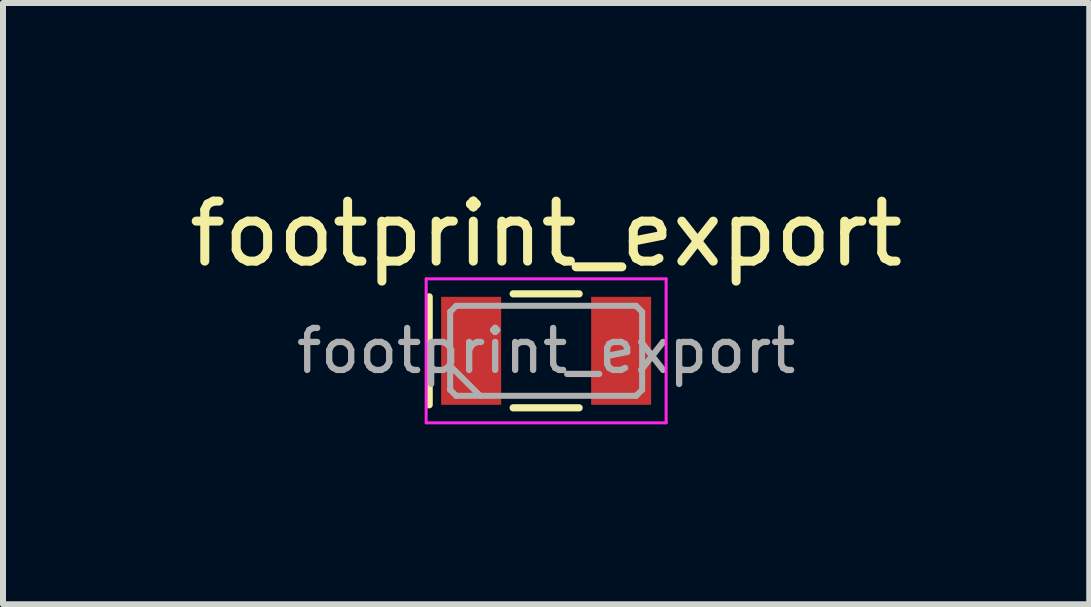
<source format=kicad_pcb>
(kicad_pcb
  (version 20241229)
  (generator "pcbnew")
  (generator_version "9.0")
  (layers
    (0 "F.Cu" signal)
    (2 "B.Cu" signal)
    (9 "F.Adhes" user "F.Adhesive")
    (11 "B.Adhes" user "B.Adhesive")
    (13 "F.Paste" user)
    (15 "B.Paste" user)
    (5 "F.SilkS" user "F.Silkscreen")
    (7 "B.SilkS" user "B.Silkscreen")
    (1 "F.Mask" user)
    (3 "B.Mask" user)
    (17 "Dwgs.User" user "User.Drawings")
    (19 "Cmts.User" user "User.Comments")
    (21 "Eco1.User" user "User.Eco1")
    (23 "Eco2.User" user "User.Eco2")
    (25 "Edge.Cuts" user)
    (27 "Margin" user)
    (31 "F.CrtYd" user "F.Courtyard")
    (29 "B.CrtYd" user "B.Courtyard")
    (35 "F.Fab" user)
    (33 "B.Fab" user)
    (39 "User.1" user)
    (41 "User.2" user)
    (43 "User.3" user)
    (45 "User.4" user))
  (footprint "footprint_export"
    (layer "F.Cu")
    (at 6.054 2.798)
    (property "Reference" "footprint_export" (at 0 -1.95 0) (layer "F.SilkS") (effects (font (size 1 1) (thickness 0.15))))
    (attr smd)
    (fp_line (start -1.95 -0.9) (end -1.95 0.9) (stroke (width 0.12) (type solid)) (layer "F.SilkS"))
    (fp_line (start -0.55 -0.95) (end 0.55 -0.95) (stroke (width 0.12) (type solid)) (layer "F.SilkS"))
    (fp_line (start -0.55 0.95) (end 0.55 0.95) (stroke (width 0.12) (type solid)) (layer "F.SilkS"))
    (fp_line (start -2 -1.2) (end -2 1.2) (stroke (width 0.05) (type solid)) (layer "F.CrtYd"))
    (fp_line (start -2 1.2) (end 2 1.2) (stroke (width 0.05) (type solid)) (layer "F.CrtYd"))
    (fp_line (start 2 -1.2) (end -2 -1.2) (stroke (width 0.05) (type solid)) (layer "F.CrtYd"))
    (fp_line (start 2 1.2) (end 2 -1.2) (stroke (width 0.05) (type solid)) (layer "F.CrtYd"))
    (fp_line (start -1.6 -0.65) (end -1.5 -0.75) (stroke (width 0.1) (type solid)) (layer "F.Fab"))
    (fp_line (start -1.6 0.25) (end -1.1 0.75) (stroke (width 0.1) (type solid)) (layer "F.Fab"))
    (fp_line (start -1.6 0.65) (end -1.6 -0.65) (stroke (width 0.1) (type solid)) (layer "F.Fab"))
    (fp_line (start -1.5 -0.75) (end 1.5 -0.75) (stroke (width 0.1) (type solid)) (layer "F.Fab"))
    (fp_line (start -1.5 0.75) (end -1.6 0.65) (stroke (width 0.1) (type solid)) (layer "F.Fab"))
    (fp_line (start 1.5 -0.75) (end 1.6 -0.65) (stroke (width 0.1) (type solid)) (layer "F.Fab"))
    (fp_line (start 1.5 0.75) (end -1.5 0.75) (stroke (width 0.1) (type solid)) (layer "F.Fab"))
    (fp_line (start 1.6 -0.65) (end 1.6 0.65) (stroke (width 0.1) (type solid)) (layer "F.Fab"))
    (fp_line (start 1.6 0.65) (end 1.5 0.75) (stroke (width 0.1) (type solid)) (layer "F.Fab"))
    (fp_text user "${REFERENCE}" (at 0 0 0) (layer "F.Fab") (effects (font (size 0.7 0.7) (thickness 0.105))))
    (pad "1" smd rect (at -1.25 0) (size 1 1.8) (layers "F.Cu" "F.Mask" "F.Paste"))
    (pad "2" smd rect (at 1.25 0) (size 1 1.8) (layers "F.Cu" "F.Mask" "F.Paste")))
  (gr_rect
    (start -3 -3)
    (end 15.107 7.023)
    (stroke (width 0.1) (type default))
    (fill no)
    (layer "Edge.Cuts")))
</source>
